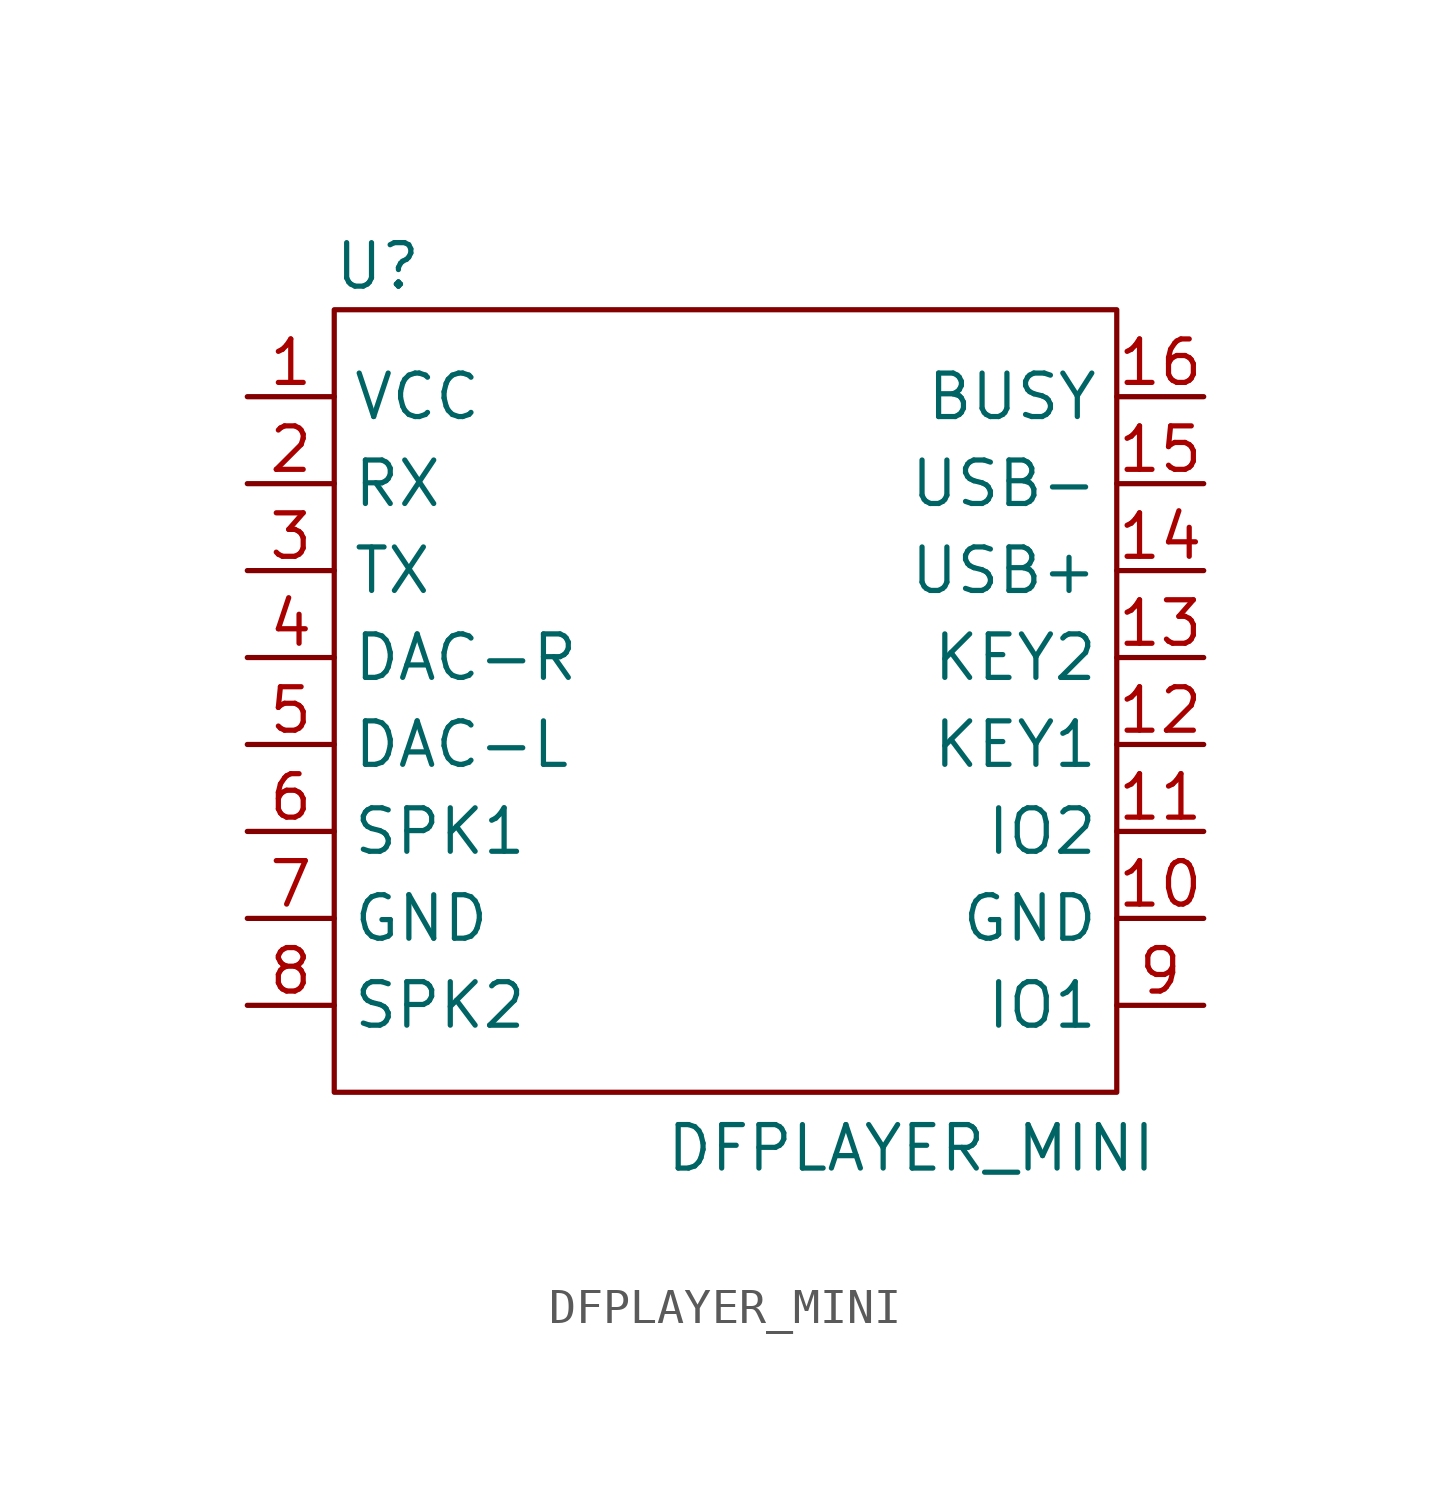
<source format=kicad_sym>
(kicad_symbol_lib
  (version 20211014)
  (generator kicad_symbol_editor)
  (symbol "DFPLAYER_MINI"
    (property "Reference" "U"
      (at -10.16 12.7 0)
      (effects (font (size 1.27 1.27))))
    (property "Value" "DFPLAYER_MINI"
      (at 5.422 -13.064 0)
      (effects (font (size 1.27 1.27))))
    (symbol "DFPLAYER_MINI_0_1"
      (rectangle (start -11.43 11.43) (end 11.43 -11.43) (stroke (width 0) (type default) (color 0 0 0 0)) (fill (type none))))
    (symbol "DFPLAYER_MINI_1_1"
      (pin input line (at -13.97 8.89 0) (length 2.54) (name "VCC" (effects (font (size 1.27 1.27)))) (number "1" (effects (font (size 1.27 1.27)))))
      (pin input line (at 13.97 -6.35 180) (length 2.54) (name "GND" (effects (font (size 1.27 1.27)))) (number "10" (effects (font (size 1.27 1.27)))))
      (pin input line (at 13.97 -3.81 180) (length 2.54) (name "IO2" (effects (font (size 1.27 1.27)))) (number "11" (effects (font (size 1.27 1.27)))))
      (pin input line (at 13.97 -1.27 180) (length 2.54) (name "KEY1" (effects (font (size 1.27 1.27)))) (number "12" (effects (font (size 1.27 1.27)))))
      (pin input line (at 13.97 1.27 180) (length 2.54) (name "KEY2" (effects (font (size 1.27 1.27)))) (number "13" (effects (font (size 1.27 1.27)))))
      (pin input line (at 13.97 3.81 180) (length 2.54) (name "USB+" (effects (font (size 1.27 1.27)))) (number "14" (effects (font (size 1.27 1.27)))))
      (pin input line (at 13.97 6.35 180) (length 2.54) (name "USB-" (effects (font (size 1.27 1.27)))) (number "15" (effects (font (size 1.27 1.27)))))
      (pin input line (at 13.97 8.89 180) (length 2.54) (name "BUSY" (effects (font (size 1.27 1.27)))) (number "16" (effects (font (size 1.27 1.27)))))
      (pin input line (at -13.97 6.35 0) (length 2.54) (name "RX" (effects (font (size 1.27 1.27)))) (number "2" (effects (font (size 1.27 1.27)))))
      (pin input line (at -13.97 3.81 0) (length 2.54) (name "TX" (effects (font (size 1.27 1.27)))) (number "3" (effects (font (size 1.27 1.27)))))
      (pin input line (at -13.97 1.27 0) (length 2.54) (name "DAC-R" (effects (font (size 1.27 1.27)))) (number "4" (effects (font (size 1.27 1.27)))))
      (pin input line (at -13.97 -1.27 0) (length 2.54) (name "DAC-L" (effects (font (size 1.27 1.27)))) (number "5" (effects (font (size 1.27 1.27)))))
      (pin input line (at -13.97 -3.81 0) (length 2.54) (name "SPK1" (effects (font (size 1.27 1.27)))) (number "6" (effects (font (size 1.27 1.27)))))
      (pin input line (at -13.97 -6.35 0) (length 2.54) (name "GND" (effects (font (size 1.27 1.27)))) (number "7" (effects (font (size 1.27 1.27)))))
      (pin input line (at -13.97 -8.89 0) (length 2.54) (name "SPK2" (effects (font (size 1.27 1.27)))) (number "8" (effects (font (size 1.27 1.27)))))
      (pin input line (at 13.97 -8.89 180) (length 2.54) (name "IO1" (effects (font (size 1.27 1.27)))) (number "9" (effects (font (size 1.27 1.27))))))))
</source>
